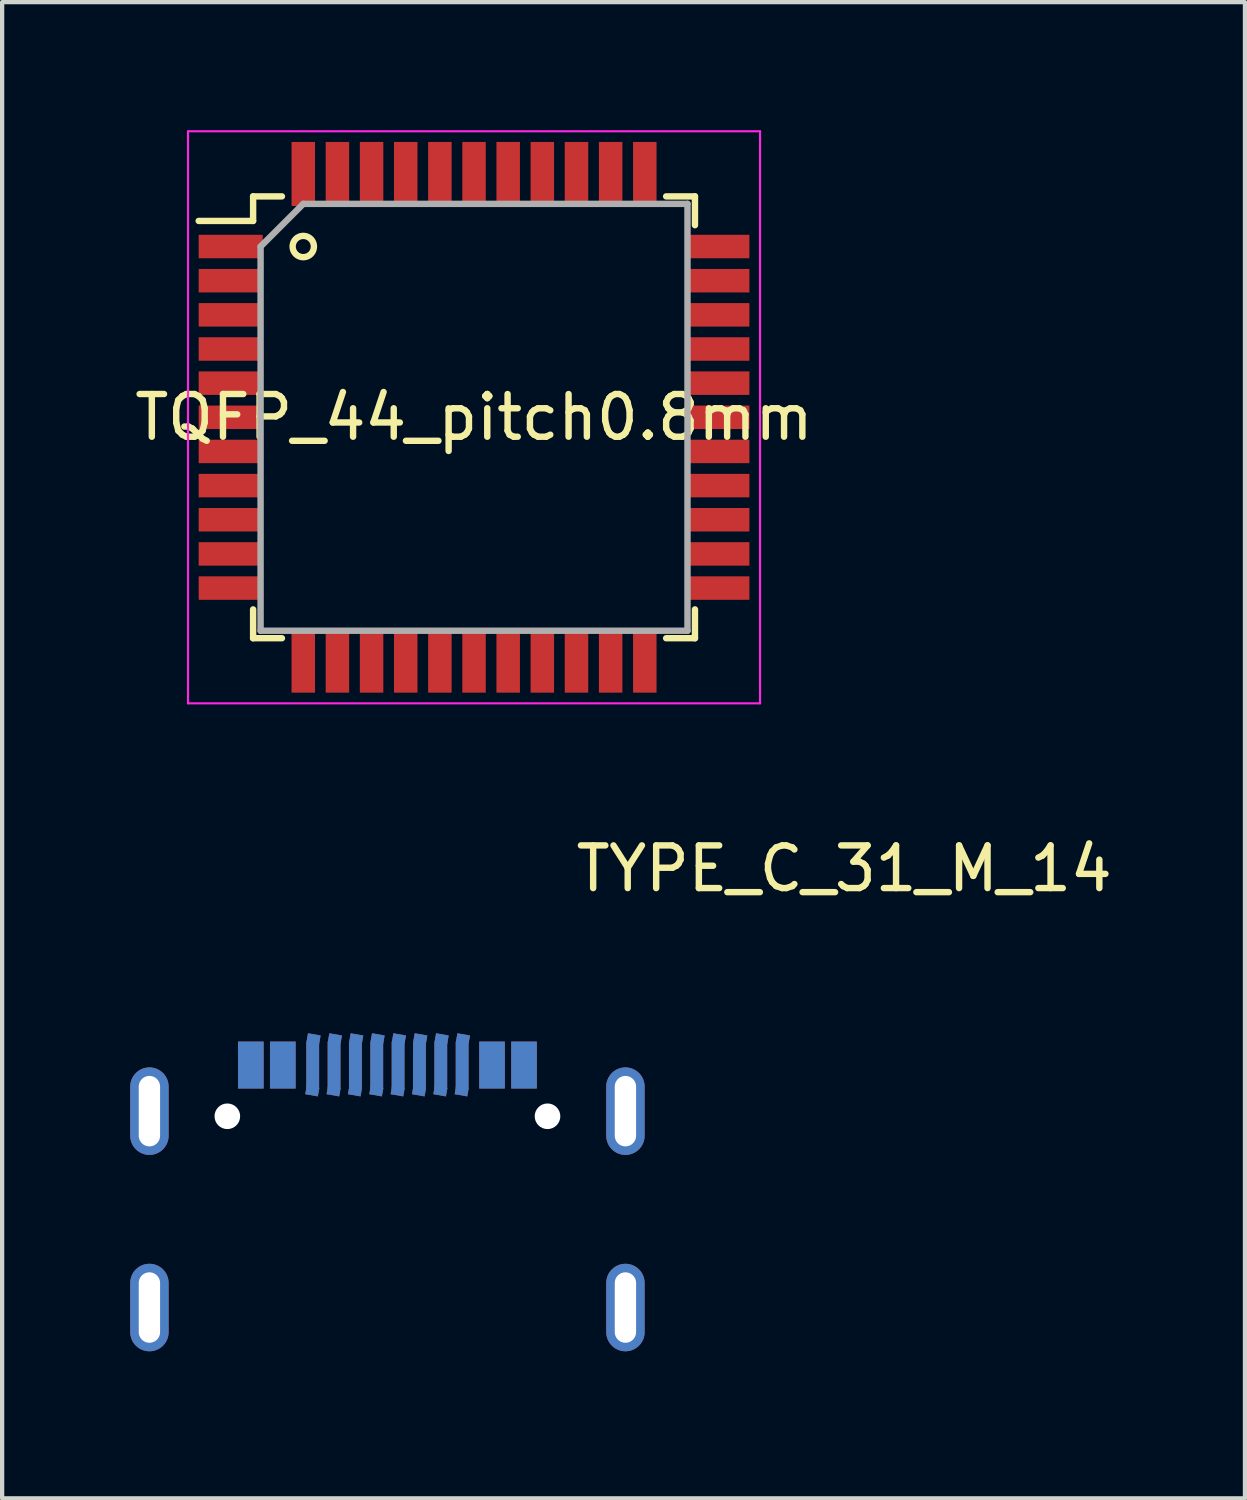
<source format=kicad_pcb>
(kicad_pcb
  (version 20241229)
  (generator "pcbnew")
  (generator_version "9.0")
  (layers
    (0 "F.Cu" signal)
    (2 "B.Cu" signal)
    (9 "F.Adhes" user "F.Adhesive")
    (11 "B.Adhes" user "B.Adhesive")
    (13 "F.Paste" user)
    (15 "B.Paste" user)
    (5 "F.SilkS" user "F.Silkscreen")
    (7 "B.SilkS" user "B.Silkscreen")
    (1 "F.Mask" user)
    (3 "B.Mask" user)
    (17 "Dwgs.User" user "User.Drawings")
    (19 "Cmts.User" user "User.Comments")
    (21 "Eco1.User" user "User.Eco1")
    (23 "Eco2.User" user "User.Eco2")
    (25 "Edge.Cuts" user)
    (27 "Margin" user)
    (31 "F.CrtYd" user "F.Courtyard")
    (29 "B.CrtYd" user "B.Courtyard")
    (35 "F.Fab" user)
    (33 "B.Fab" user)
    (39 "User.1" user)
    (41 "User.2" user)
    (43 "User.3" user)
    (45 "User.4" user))
  (footprint "TQFP_44_pitch0.8mm"
    (layer "F.Cu")
    (at 8.054 6.725)
    (property "Reference" "TQFP_44_pitch0.8mm" (at 0 0 0) (layer "F.SilkS") (effects (font (size 1 1) (thickness 0.15))))
    (attr smd)
    (fp_line (start -5.175 -5.175) (end -5.175 -4.6) (stroke (width 0.15) (type solid)) (layer "F.SilkS"))
    (fp_line (start -5.175 -5.175) (end -4.5 -5.175) (stroke (width 0.15) (type solid)) (layer "F.SilkS"))
    (fp_line (start -5.175 -4.6) (end -6.45 -4.6) (stroke (width 0.15) (type solid)) (layer "F.SilkS"))
    (fp_line (start -5.175 5.175) (end -5.175 4.5) (stroke (width 0.15) (type solid)) (layer "F.SilkS"))
    (fp_line (start -5.175 5.175) (end -4.5 5.175) (stroke (width 0.15) (type solid)) (layer "F.SilkS"))
    (fp_line (start 5.175 -5.175) (end 4.5 -5.175) (stroke (width 0.15) (type solid)) (layer "F.SilkS"))
    (fp_line (start 5.175 -5.175) (end 5.175 -4.5) (stroke (width 0.15) (type solid)) (layer "F.SilkS"))
    (fp_line (start 5.175 5.175) (end 4.5 5.175) (stroke (width 0.15) (type solid)) (layer "F.SilkS"))
    (fp_line (start 5.175 5.175) (end 5.175 4.5) (stroke (width 0.15) (type solid)) (layer "F.SilkS"))
    (fp_circle (center -4 -4) (end -3.75 -4) (stroke (width 0.15) (type solid)) (fill no) (layer "F.SilkS"))
    (fp_line (start -6.7 -6.7) (end -6.7 6.7) (stroke (width 0.05) (type solid)) (layer "F.CrtYd"))
    (fp_line (start -6.7 -6.7) (end 6.7 -6.7) (stroke (width 0.05) (type solid)) (layer "F.CrtYd"))
    (fp_line (start -6.7 6.7) (end 6.7 6.7) (stroke (width 0.05) (type solid)) (layer "F.CrtYd"))
    (fp_line (start 6.7 -6.7) (end 6.7 6.7) (stroke (width 0.05) (type solid)) (layer "F.CrtYd"))
    (fp_line (start -5 -4) (end -4 -5) (stroke (width 0.15) (type solid)) (layer "F.Fab"))
    (fp_line (start -5 5) (end -5 -4) (stroke (width 0.15) (type solid)) (layer "F.Fab"))
    (fp_line (start -4 -5) (end 5 -5) (stroke (width 0.15) (type solid)) (layer "F.Fab"))
    (fp_line (start 5 -5) (end 5 5) (stroke (width 0.15) (type solid)) (layer "F.Fab"))
    (fp_line (start 5 5) (end -5 5) (stroke (width 0.15) (type solid)) (layer "F.Fab"))
    (pad "1" smd rect (at -5.7 -4) (size 1.5 0.55) (layers "F.Cu" "F.Mask" "F.Paste"))
    (pad "2" smd rect (at -5.7 -3.2) (size 1.5 0.55) (layers "F.Cu" "F.Mask" "F.Paste"))
    (pad "3" smd rect (at -5.7 -2.4) (size 1.5 0.55) (layers "F.Cu" "F.Mask" "F.Paste"))
    (pad "4" smd rect (at -5.7 -1.6) (size 1.5 0.55) (layers "F.Cu" "F.Mask" "F.Paste"))
    (pad "5" smd rect (at -5.7 -0.8) (size 1.5 0.55) (layers "F.Cu" "F.Mask" "F.Paste"))
    (pad "6" smd rect (at -5.7 0) (size 1.5 0.55) (layers "F.Cu" "F.Mask" "F.Paste"))
    (pad "7" smd rect (at -5.7 0.8) (size 1.5 0.55) (layers "F.Cu" "F.Mask" "F.Paste"))
    (pad "8" smd rect (at -5.7 1.6) (size 1.5 0.55) (layers "F.Cu" "F.Mask" "F.Paste"))
    (pad "9" smd rect (at -5.7 2.4) (size 1.5 0.55) (layers "F.Cu" "F.Mask" "F.Paste"))
    (pad "10" smd rect (at -5.7 3.2) (size 1.5 0.55) (layers "F.Cu" "F.Mask" "F.Paste"))
    (pad "11" smd rect (at -5.7 4) (size 1.5 0.55) (layers "F.Cu" "F.Mask" "F.Paste"))
    (pad "12" smd rect (at -4 5.7 90) (size 1.5 0.55) (layers "F.Cu" "F.Mask" "F.Paste"))
    (pad "13" smd rect (at -3.2 5.7 90) (size 1.5 0.55) (layers "F.Cu" "F.Mask" "F.Paste"))
    (pad "14" smd rect (at -2.4 5.7 90) (size 1.5 0.55) (layers "F.Cu" "F.Mask" "F.Paste"))
    (pad "15" smd rect (at -1.6 5.7 90) (size 1.5 0.55) (layers "F.Cu" "F.Mask" "F.Paste"))
    (pad "16" smd rect (at -0.8 5.7 90) (size 1.5 0.55) (layers "F.Cu" "F.Mask" "F.Paste"))
    (pad "17" smd rect (at 0 5.7 90) (size 1.5 0.55) (layers "F.Cu" "F.Mask" "F.Paste"))
    (pad "18" smd rect (at 0.8 5.7 90) (size 1.5 0.55) (layers "F.Cu" "F.Mask" "F.Paste"))
    (pad "19" smd rect (at 1.6 5.7 90) (size 1.5 0.55) (layers "F.Cu" "F.Mask" "F.Paste"))
    (pad "20" smd rect (at 2.4 5.7 90) (size 1.5 0.55) (layers "F.Cu" "F.Mask" "F.Paste"))
    (pad "21" smd rect (at 3.2 5.7 90) (size 1.5 0.55) (layers "F.Cu" "F.Mask" "F.Paste"))
    (pad "22" smd rect (at 4 5.7 90) (size 1.5 0.55) (layers "F.Cu" "F.Mask" "F.Paste"))
    (pad "23" smd rect (at 5.7 4) (size 1.5 0.55) (layers "F.Cu" "F.Mask" "F.Paste"))
    (pad "24" smd rect (at 5.7 3.2) (size 1.5 0.55) (layers "F.Cu" "F.Mask" "F.Paste"))
    (pad "25" smd rect (at 5.7 2.4) (size 1.5 0.55) (layers "F.Cu" "F.Mask" "F.Paste"))
    (pad "26" smd rect (at 5.7 1.6) (size 1.5 0.55) (layers "F.Cu" "F.Mask" "F.Paste"))
    (pad "27" smd rect (at 5.7 0.8) (size 1.5 0.55) (layers "F.Cu" "F.Mask" "F.Paste"))
    (pad "28" smd rect (at 5.7 0) (size 1.5 0.55) (layers "F.Cu" "F.Mask" "F.Paste"))
    (pad "29" smd rect (at 5.7 -0.8) (size 1.5 0.55) (layers "F.Cu" "F.Mask" "F.Paste"))
    (pad "30" smd rect (at 5.7 -1.6) (size 1.5 0.55) (layers "F.Cu" "F.Mask" "F.Paste"))
    (pad "31" smd rect (at 5.7 -2.4) (size 1.5 0.55) (layers "F.Cu" "F.Mask" "F.Paste"))
    (pad "32" smd rect (at 5.7 -3.2) (size 1.5 0.55) (layers "F.Cu" "F.Mask" "F.Paste"))
    (pad "33" smd rect (at 5.7 -4) (size 1.5 0.55) (layers "F.Cu" "F.Mask" "F.Paste"))
    (pad "34" smd rect (at 4 -5.7 90) (size 1.5 0.55) (layers "F.Cu" "F.Mask" "F.Paste"))
    (pad "35" smd rect (at 3.2 -5.7 90) (size 1.5 0.55) (layers "F.Cu" "F.Mask" "F.Paste"))
    (pad "36" smd rect (at 2.4 -5.7 90) (size 1.5 0.55) (layers "F.Cu" "F.Mask" "F.Paste"))
    (pad "37" smd rect (at 1.6 -5.7 90) (size 1.5 0.55) (layers "F.Cu" "F.Mask" "F.Paste"))
    (pad "38" smd rect (at 0.8 -5.7 90) (size 1.5 0.55) (layers "F.Cu" "F.Mask" "F.Paste"))
    (pad "39" smd rect (at 0 -5.7 90) (size 1.5 0.55) (layers "F.Cu" "F.Mask" "F.Paste"))
    (pad "40" smd rect (at -0.8 -5.7 90) (size 1.5 0.55) (layers "F.Cu" "F.Mask" "F.Paste"))
    (pad "41" smd rect (at -1.6 -5.7 90) (size 1.5 0.55) (layers "F.Cu" "F.Mask" "F.Paste"))
    (pad "42" smd rect (at -2.4 -5.7 90) (size 1.5 0.55) (layers "F.Cu" "F.Mask" "F.Paste"))
    (pad "43" smd rect (at -3.2 -5.7 90) (size 1.5 0.55) (layers "F.Cu" "F.Mask" "F.Paste"))
    (pad "44" smd rect (at -4 -5.7 90) (size 1.5 0.55) (layers "F.Cu" "F.Mask" "F.Paste")))
  (footprint "TYPE_C_31_M_14"
    (layer "F.Cu")
    (at 10.725 28.798)
    (property "Reference" "TYPE_C_31_M_14" (at 6 -11.5 0) (layer "F.SilkS") (effects (font (size 1 1) (thickness 0.15))))
    (attr through_hole)
    (fp_line (start -9.7 0) (end 0.3 0) (stroke (width 0.15) (type solid)) (layer "Eco2.User"))
    (fp_line (start -9.4 -4.9) (end -9.4 0) (stroke (width 0.15) (type solid)) (layer "Eco2.User"))
    (fp_line (start -9.4 -4.9) (end 0 -4.9) (stroke (width 0.15) (type solid)) (layer "Eco2.User"))
    (fp_line (start 0 -4.9) (end 0 0) (stroke (width 0.15) (type solid)) (layer "Eco2.User"))
    (pad "" np_thru_hole circle (at -8.45 -5.7) (size 0.6 0.6) (drill 0.6) (layers "*.Cu" "*.Mask"))
    (pad "" np_thru_hole circle (at -0.95 -5.7) (size 0.6 0.6) (drill 0.6) (layers "*.Cu" "*.Mask"))
    (pad "1" smd rect (at -7.9 -6.9) (size 0.6 1.1) (layers "F.Cu" "F.Mask" "F.Paste"))
    (pad "1" smd rect (at -1.5 -6.9) (size 0.6 1.1) (layers "B.Cu" "B.Mask" "B.Paste"))
    (pad "2" smd rect (at -7.15 -6.9) (size 0.6 1.1) (layers "F.Cu" "F.Mask" "F.Paste"))
    (pad "2" smd rect (at -2.25 -6.9) (size 0.6 1.1) (layers "B.Cu" "B.Mask" "B.Paste"))
    (pad "3" smd rect (at -6.46 -6.29 170) (size 0.3 0.2) (layers "F.Cu" "F.Mask" "F.Paste"))
    (pad "3" smd rect (at -6.45 -6.9) (size 0.3 1.1) (layers "F.Cu" "F.Mask" "F.Paste"))
    (pad "3" smd rect (at -6.43 -7.52 170) (size 0.3 0.2) (layers "F.Cu" "F.Mask" "F.Paste"))
    (pad "3" smd rect (at -2.96 -6.29 350) (size 0.3 0.2) (layers "B.Cu" "B.Mask" "B.Paste"))
    (pad "3" smd rect (at -2.95 -6.9) (size 0.3 1.1) (layers "B.Cu" "B.Mask" "B.Paste"))
    (pad "3" smd rect (at -2.93 -7.52 350) (size 0.3 0.2) (layers "B.Cu" "B.Mask" "B.Paste"))
    (pad "4" smd rect (at -5.96 -6.29 350) (size 0.3 0.2) (layers "F.Cu" "F.Mask" "F.Paste"))
    (pad "4" smd rect (at -5.95 -6.9) (size 0.3 1.1) (layers "F.Cu" "F.Mask" "F.Paste"))
    (pad "4" smd rect (at -5.93 -7.52 350) (size 0.3 0.2) (layers "F.Cu" "F.Mask" "F.Paste"))
    (pad "4" smd rect (at -3.46 -6.29 350) (size 0.3 0.2) (layers "B.Cu" "B.Mask" "B.Paste"))
    (pad "4" smd rect (at -3.45 -6.9) (size 0.3 1.1) (layers "B.Cu" "B.Mask" "B.Paste"))
    (pad "4" smd rect (at -3.43 -7.52 350) (size 0.3 0.2) (layers "B.Cu" "B.Mask" "B.Paste"))
    (pad "5" smd rect (at -5.46 -6.29 350) (size 0.3 0.2) (layers "F.Cu" "F.Mask" "F.Paste"))
    (pad "5" smd rect (at -5.45 -6.9) (size 0.3 1.1) (layers "F.Cu" "F.Mask" "F.Paste"))
    (pad "5" smd rect (at -5.43 -7.52 350) (size 0.3 0.2) (layers "F.Cu" "F.Mask" "F.Paste"))
    (pad "5" smd rect (at -3.96 -6.29 350) (size 0.3 0.2) (layers "B.Cu" "B.Mask" "B.Paste"))
    (pad "5" smd rect (at -3.95 -6.9) (size 0.3 1.1) (layers "B.Cu" "B.Mask" "B.Paste"))
    (pad "5" smd rect (at -3.93 -7.52 350) (size 0.3 0.2) (layers "B.Cu" "B.Mask" "B.Paste"))
    (pad "6" smd rect (at -4.96 -6.29 350) (size 0.3 0.2) (layers "F.Cu" "F.Mask" "F.Paste"))
    (pad "6" smd rect (at -4.95 -6.9) (size 0.3 1.1) (layers "F.Cu" "F.Mask" "F.Paste"))
    (pad "6" smd rect (at -4.93 -7.52 350) (size 0.3 0.2) (layers "F.Cu" "F.Mask" "F.Paste"))
    (pad "6" smd rect (at -4.46 -6.29 350) (size 0.3 0.2) (layers "B.Cu" "B.Mask" "B.Paste"))
    (pad "6" smd rect (at -4.45 -6.9) (size 0.3 1.1) (layers "B.Cu" "B.Mask" "B.Paste"))
    (pad "6" smd rect (at -4.43 -7.52 350) (size 0.3 0.2) (layers "B.Cu" "B.Mask" "B.Paste"))
    (pad "7" smd rect (at -4.96 -6.29 350) (size 0.3 0.2) (layers "B.Cu" "B.Mask" "B.Paste"))
    (pad "7" smd rect (at -4.95 -6.9) (size 0.3 1.1) (layers "B.Cu" "B.Mask" "B.Paste"))
    (pad "7" smd rect (at -4.93 -7.52 350) (size 0.3 0.2) (layers "B.Cu" "B.Mask" "B.Paste"))
    (pad "7" smd rect (at -4.46 -6.29 350) (size 0.3 0.2) (layers "F.Cu" "F.Mask" "F.Paste"))
    (pad "7" smd rect (at -4.45 -6.9) (size 0.3 1.1) (layers "F.Cu" "F.Mask" "F.Paste"))
    (pad "7" smd rect (at -4.43 -7.52 350) (size 0.3 0.2) (layers "F.Cu" "F.Mask" "F.Paste"))
    (pad "8" smd rect (at -5.46 -6.29 350) (size 0.3 0.2) (layers "B.Cu" "B.Mask" "B.Paste"))
    (pad "8" smd rect (at -5.45 -6.9) (size 0.3 1.1) (layers "B.Cu" "B.Mask" "B.Paste"))
    (pad "8" smd rect (at -5.43 -7.52 350) (size 0.3 0.2) (layers "B.Cu" "B.Mask" "B.Paste"))
    (pad "8" smd rect (at -3.96 -6.29 350) (size 0.3 0.2) (layers "F.Cu" "F.Mask" "F.Paste"))
    (pad "8" smd rect (at -3.95 -6.9) (size 0.3 1.1) (layers "F.Cu" "F.Mask" "F.Paste"))
    (pad "8" smd rect (at -3.93 -7.52 350) (size 0.3 0.2) (layers "F.Cu" "F.Mask" "F.Paste"))
    (pad "9" smd rect (at -5.96 -6.29 350) (size 0.3 0.2) (layers "B.Cu" "B.Mask" "B.Paste"))
    (pad "9" smd rect (at -5.95 -6.9) (size 0.3 1.1) (layers "B.Cu" "B.Mask" "B.Paste"))
    (pad "9" smd rect (at -5.93 -7.52 350) (size 0.3 0.2) (layers "B.Cu" "B.Mask" "B.Paste"))
    (pad "9" smd rect (at -3.46 -6.29 350) (size 0.3 0.2) (layers "F.Cu" "F.Mask" "F.Paste"))
    (pad "9" smd rect (at -3.45 -6.9) (size 0.3 1.1) (layers "F.Cu" "F.Mask" "F.Paste"))
    (pad "9" smd rect (at -3.43 -7.52 350) (size 0.3 0.2) (layers "F.Cu" "F.Mask" "F.Paste"))
    (pad "10" smd rect (at -6.46 -6.29 350) (size 0.3 0.2) (layers "B.Cu" "B.Mask" "B.Paste"))
    (pad "10" smd rect (at -6.45 -6.9) (size 0.3 1.1) (layers "B.Cu" "B.Mask" "B.Paste"))
    (pad "10" smd rect (at -6.43 -7.52 350) (size 0.3 0.2) (layers "B.Cu" "B.Mask" "B.Paste"))
    (pad "10" smd rect (at -2.96 -6.29 350) (size 0.3 0.2) (layers "F.Cu" "F.Mask" "F.Paste"))
    (pad "10" smd rect (at -2.95 -6.9) (size 0.3 1.1) (layers "F.Cu" "F.Mask" "F.Paste"))
    (pad "10" smd rect (at -2.93 -7.52 350) (size 0.3 0.2) (layers "F.Cu" "F.Mask" "F.Paste"))
    (pad "11" smd rect (at -7.15 -6.9) (size 0.6 1.1) (layers "B.Cu" "B.Mask" "B.Paste"))
    (pad "11" smd rect (at -2.25 -6.9) (size 0.6 1.1) (layers "F.Cu" "F.Mask" "F.Paste"))
    (pad "12" smd rect (at -7.9 -6.9) (size 0.6 1.1) (layers "B.Cu" "B.Mask" "B.Paste"))
    (pad "12" smd rect (at -1.5 -6.9) (size 0.6 1.1) (layers "F.Cu" "F.Mask" "F.Paste"))
    (pad "13" thru_hole oval (at -10.275 -5.82) (size 0.9 2.05) (drill oval 0.5 1.65) (layers "*.Cu" "*.Mask"))
    (pad "13" thru_hole oval (at -10.275 -1.22) (size 0.9 2.05) (drill oval 0.5 1.65) (layers "*.Cu" "*.Mask"))
    (pad "13" thru_hole oval (at 0.875 -5.82) (size 0.9 2.05) (drill oval 0.5 1.65) (layers "*.Cu" "*.Mask"))
    (pad "13" thru_hole oval (at 0.875 -1.22) (size 0.9 2.05) (drill oval 0.5 1.65) (layers "*.Cu" "*.Mask")))
  (gr_rect
    (start -3 -3)
    (end 26.112 32.048)
    (stroke (width 0.1) (type default))
    (fill no)
    (layer "Edge.Cuts")))
</source>
